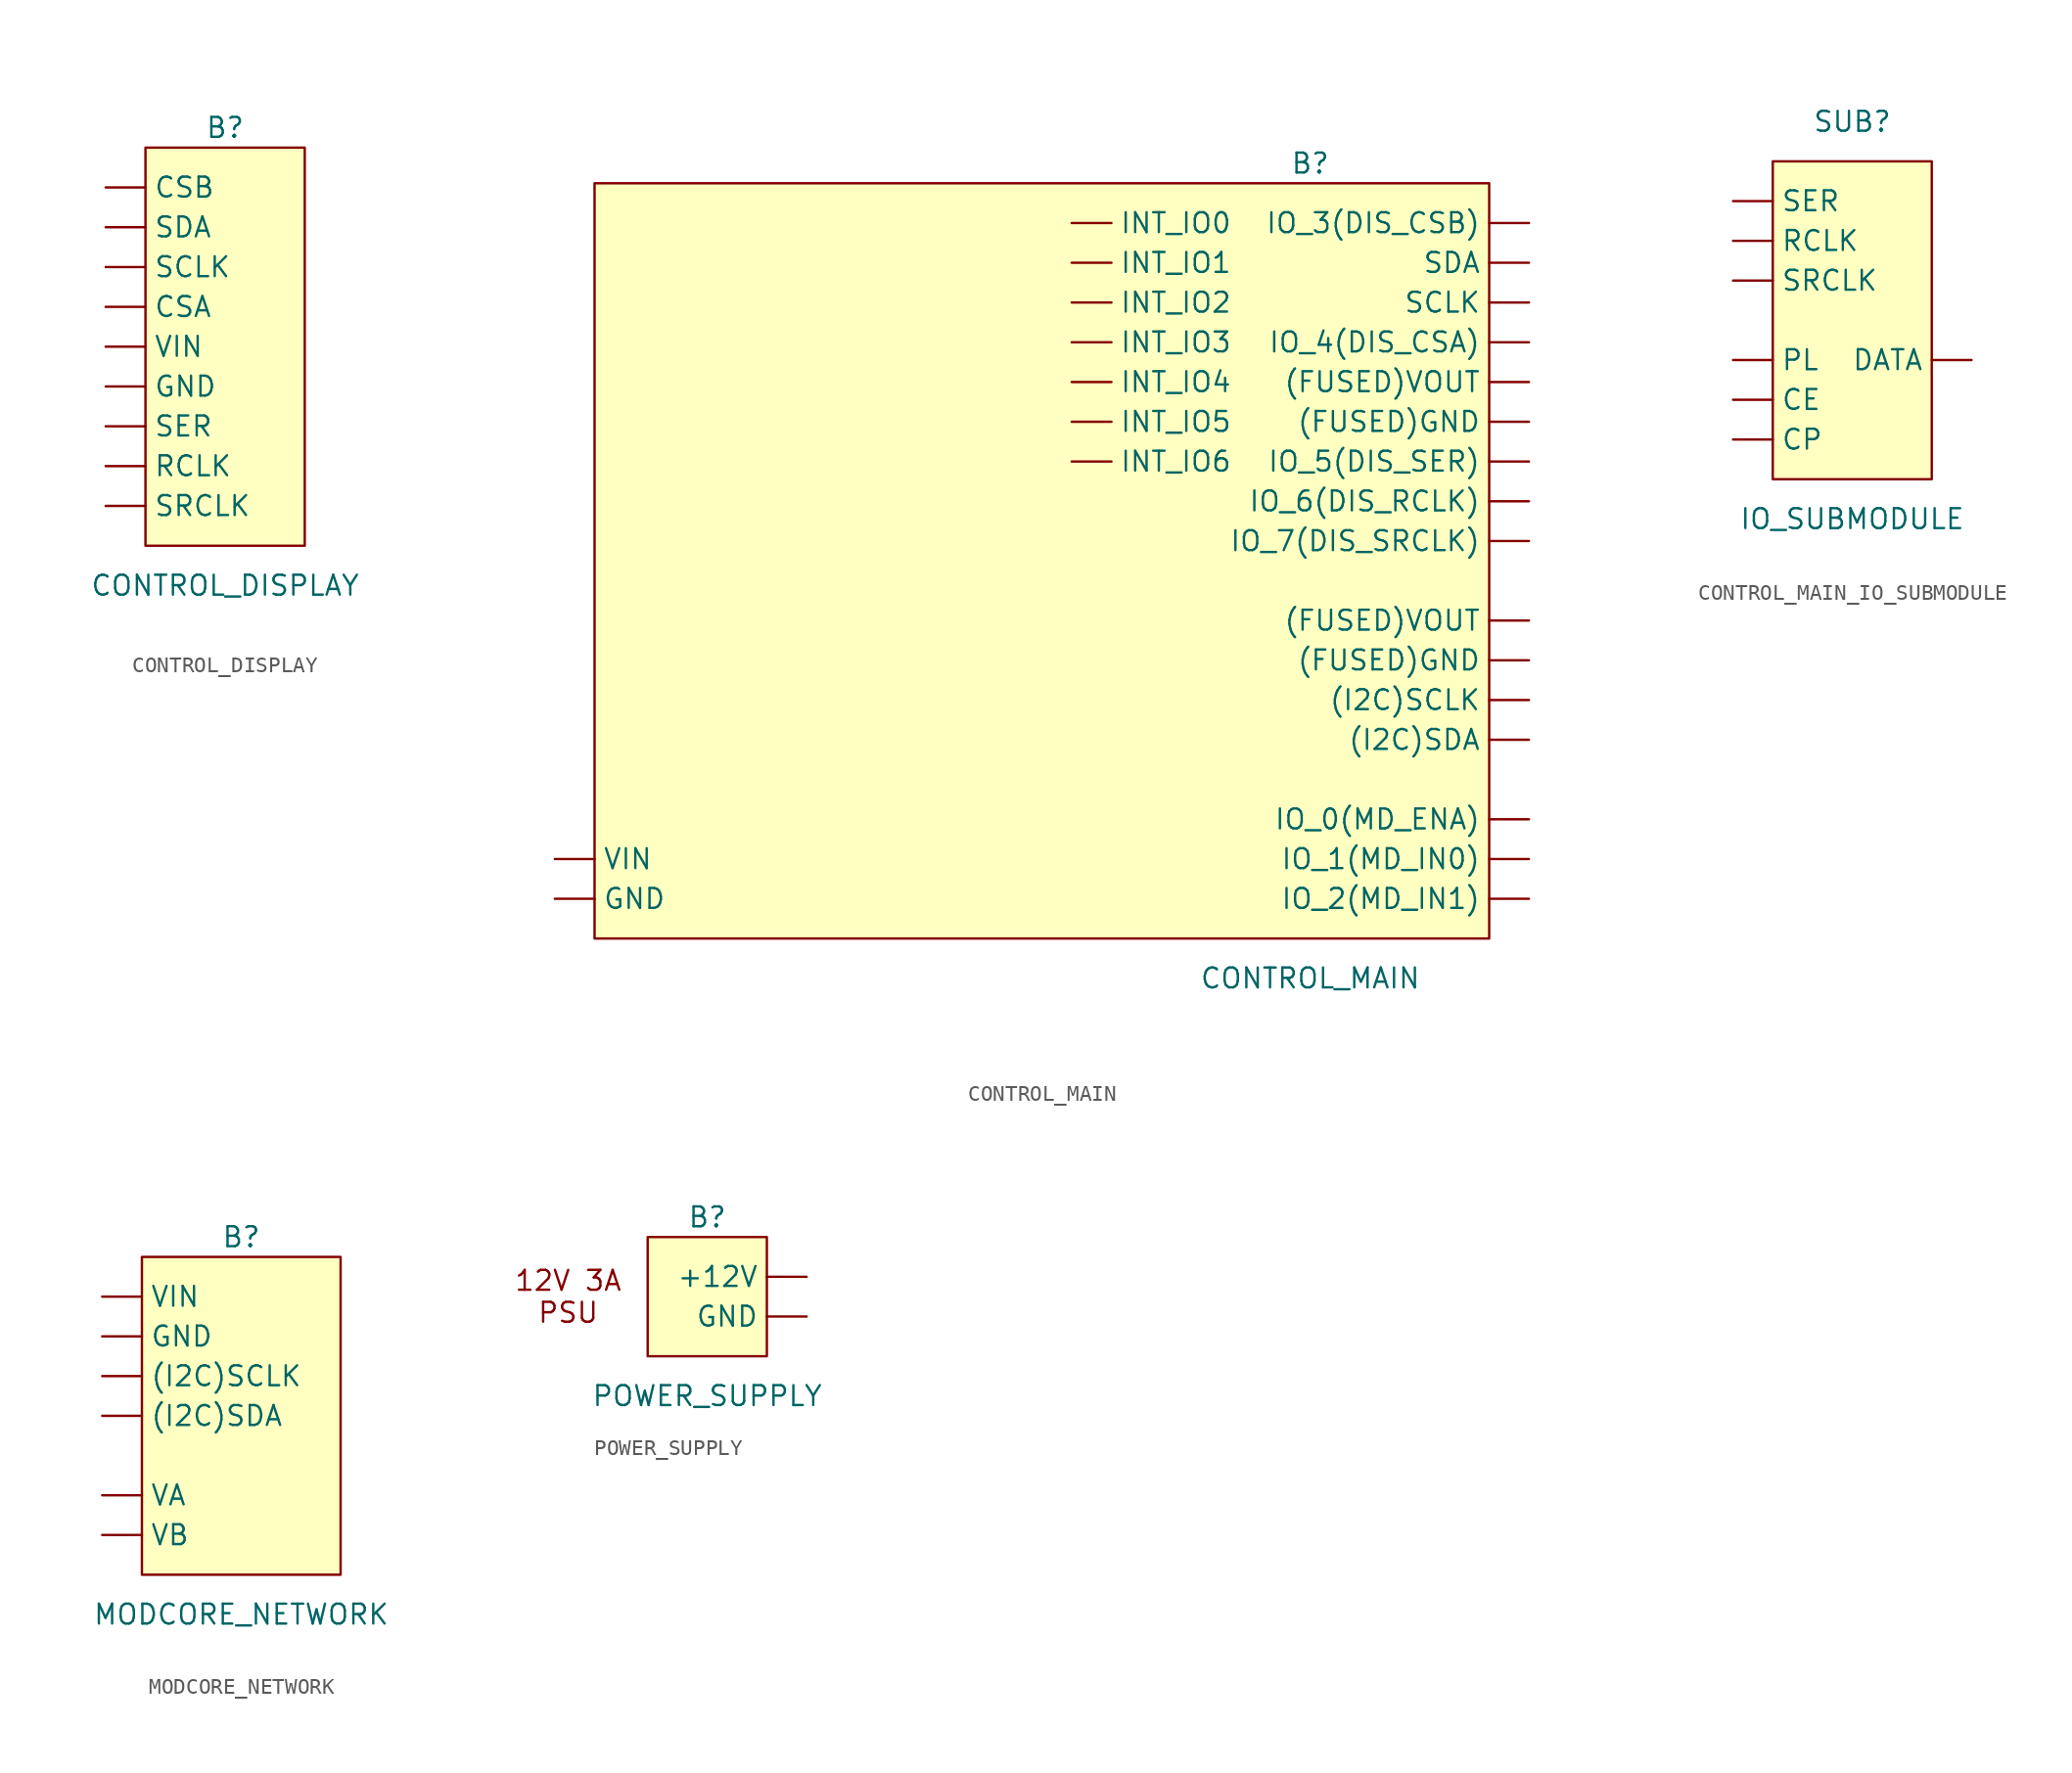
<source format=kicad_sym>
(kicad_symbol_lib
  (version 20220914)
  (generator kicad_symbol_editor)
  (symbol "CONTROL_DISPLAY"
    (property "Reference" "B"
      (at 0 0 0)
      (effects (font (size 1.27 1.27))))
    (property "Value" "CONTROL_DISPLAY"
      (at 0 -29.21 0)
      (effects (font (size 1.27 1.27))))
    (symbol "CONTROL_DISPLAY_1_1"
      (rectangle (start -5.08 -1.27) (end 5.08 -26.67) (stroke (width 0) (type default)) (fill (type background)))
      (pin input line (at -7.62 -11.43 0) (length 2.54) (name "CSA" (effects (font (size 1.27 1.27)))) (number "" (effects (font (size 1.27 1.27)))))
      (pin input line (at -7.62 -3.81 0) (length 2.54) (name "CSB" (effects (font (size 1.27 1.27)))) (number "" (effects (font (size 1.27 1.27)))))
      (pin input line (at -7.62 -16.51 0) (length 2.54) (name "GND" (effects (font (size 1.27 1.27)))) (number "" (effects (font (size 1.27 1.27)))))
      (pin input line (at -7.62 -21.59 0) (length 2.54) (name "RCLK" (effects (font (size 1.27 1.27)))) (number "" (effects (font (size 1.27 1.27)))))
      (pin input line (at -7.62 -8.89 0) (length 2.54) (name "SCLK" (effects (font (size 1.27 1.27)))) (number "" (effects (font (size 1.27 1.27)))))
      (pin input line (at -7.62 -6.35 0) (length 2.54) (name "SDA" (effects (font (size 1.27 1.27)))) (number "" (effects (font (size 1.27 1.27)))))
      (pin input line (at -7.62 -19.05 0) (length 2.54) (name "SER" (effects (font (size 1.27 1.27)))) (number "" (effects (font (size 1.27 1.27)))))
      (pin input line (at -7.62 -24.13 0) (length 2.54) (name "SRCLK" (effects (font (size 1.27 1.27)))) (number "" (effects (font (size 1.27 1.27)))))
      (pin input line (at -7.62 -13.97 0) (length 2.54) (name "VIN" (effects (font (size 1.27 1.27)))) (number "" (effects (font (size 1.27 1.27)))))))
  (symbol "CONTROL_MAIN"
    (property "Reference" "B"
      (at 0 0 0)
      (effects (font (size 1.27 1.27))))
    (property "Value" "CONTROL_MAIN"
      (at 0 -52.07 0)
      (effects (font (size 1.27 1.27))))
    (symbol "CONTROL_MAIN_1_1"
      (rectangle (start -45.72 -1.27) (end 11.43 -49.53) (stroke (width 0) (type default)) (fill (type background)))
      (pin passive line (at 13.97 -31.75 180) (length 2.54) (name "(FUSED)GND" (effects (font (size 1.27 1.27)))) (number "" (effects (font (size 1.27 1.27)))))
      (pin passive line (at 13.97 -16.51 180) (length 2.54) (name "(FUSED)GND" (effects (font (size 1.27 1.27)))) (number "" (effects (font (size 1.27 1.27)))))
      (pin output line (at 13.97 -29.21 180) (length 2.54) (name "(FUSED)VOUT" (effects (font (size 1.27 1.27)))) (number "" (effects (font (size 1.27 1.27)))))
      (pin output line (at 13.97 -13.97 180) (length 2.54) (name "(FUSED)VOUT" (effects (font (size 1.27 1.27)))) (number "" (effects (font (size 1.27 1.27)))))
      (pin output line (at 13.97 -34.29 180) (length 2.54) (name "(I2C)SCLK" (effects (font (size 1.27 1.27)))) (number "" (effects (font (size 1.27 1.27)))))
      (pin bidirectional line (at 13.97 -36.83 180) (length 2.54) (name "(I2C)SDA" (effects (font (size 1.27 1.27)))) (number "" (effects (font (size 1.27 1.27)))))
      (pin passive line (at -48.26 -46.99 0) (length 2.54) (name "GND" (effects (font (size 1.27 1.27)))) (number "" (effects (font (size 1.27 1.27)))))
      (pin output line (at -15.24 -3.81 0) (length 2.54) (name "INT_IO0" (effects (font (size 1.27 1.27)))) (number "" (effects (font (size 1.27 1.27)))))
      (pin output line (at -15.24 -6.35 0) (length 2.54) (name "INT_IO1" (effects (font (size 1.27 1.27)))) (number "" (effects (font (size 1.27 1.27)))))
      (pin output line (at -15.24 -8.89 0) (length 2.54) (name "INT_IO2" (effects (font (size 1.27 1.27)))) (number "" (effects (font (size 1.27 1.27)))))
      (pin output line (at -15.24 -11.43 0) (length 2.54) (name "INT_IO3" (effects (font (size 1.27 1.27)))) (number "" (effects (font (size 1.27 1.27)))))
      (pin output line (at -15.24 -13.97 0) (length 2.54) (name "INT_IO4" (effects (font (size 1.27 1.27)))) (number "" (effects (font (size 1.27 1.27)))))
      (pin output line (at -15.24 -16.51 0) (length 2.54) (name "INT_IO5" (effects (font (size 1.27 1.27)))) (number "" (effects (font (size 1.27 1.27)))))
      (pin input line (at -15.24 -19.05 0) (length 2.54) (name "INT_IO6" (effects (font (size 1.27 1.27)))) (number "" (effects (font (size 1.27 1.27)))))
      (pin output line (at 13.97 -41.91 180) (length 2.54) (name "IO_0(MD_ENA)" (effects (font (size 1.27 1.27)))) (number "" (effects (font (size 1.27 1.27)))))
      (pin output line (at 13.97 -44.45 180) (length 2.54) (name "IO_1(MD_IN0)" (effects (font (size 1.27 1.27)))) (number "" (effects (font (size 1.27 1.27)))))
      (pin output line (at 13.97 -46.99 180) (length 2.54) (name "IO_2(MD_IN1)" (effects (font (size 1.27 1.27)))) (number "" (effects (font (size 1.27 1.27)))))
      (pin output line (at 13.97 -3.81 180) (length 2.54) (name "IO_3(DIS_CSB)" (effects (font (size 1.27 1.27)))) (number "" (effects (font (size 1.27 1.27)))))
      (pin output line (at 13.97 -11.43 180) (length 2.54) (name "IO_4(DIS_CSA)" (effects (font (size 1.27 1.27)))) (number "" (effects (font (size 1.27 1.27)))))
      (pin output line (at 13.97 -19.05 180) (length 2.54) (name "IO_5(DIS_SER)" (effects (font (size 1.27 1.27)))) (number "" (effects (font (size 1.27 1.27)))))
      (pin output line (at 13.97 -21.59 180) (length 2.54) (name "IO_6(DIS_RCLK)" (effects (font (size 1.27 1.27)))) (number "" (effects (font (size 1.27 1.27)))))
      (pin output line (at 13.97 -24.13 180) (length 2.54) (name "IO_7(DIS_SRCLK)" (effects (font (size 1.27 1.27)))) (number "" (effects (font (size 1.27 1.27)))))
      (pin output line (at 13.97 -8.89 180) (length 2.54) (name "SCLK" (effects (font (size 1.27 1.27)))) (number "" (effects (font (size 1.27 1.27)))))
      (pin output line (at 13.97 -6.35 180) (length 2.54) (name "SDA" (effects (font (size 1.27 1.27)))) (number "" (effects (font (size 1.27 1.27)))))
      (pin input line (at -48.26 -44.45 0) (length 2.54) (name "VIN" (effects (font (size 1.27 1.27)))) (number "" (effects (font (size 1.27 1.27)))))))
  (symbol "CONTROL_MAIN_IO_SUBMODULE"
    (property "Reference" "SUB"
      (at 0 0 0)
      (effects (font (size 1.27 1.27))))
    (property "Value" "IO_SUBMODULE"
      (at 0 -25.4 0)
      (effects (font (size 1.27 1.27))))
    (symbol "CONTROL_MAIN_IO_SUBMODULE_1_1"
      (rectangle (start -5.08 -2.54) (end 5.08 -22.86) (stroke (width 0) (type default)) (fill (type background)))
      (pin input line (at -7.62 -17.78 0) (length 2.54) (name "CE" (effects (font (size 1.27 1.27)))) (number "" (effects (font (size 1.27 1.27)))))
      (pin input line (at -7.62 -20.32 0) (length 2.54) (name "CP" (effects (font (size 1.27 1.27)))) (number "" (effects (font (size 1.27 1.27)))))
      (pin output line (at 7.62 -15.24 180) (length 2.54) (name "DATA" (effects (font (size 1.27 1.27)))) (number "" (effects (font (size 1.27 1.27)))))
      (pin input line (at -7.62 -15.24 0) (length 2.54) (name "PL" (effects (font (size 1.27 1.27)))) (number "" (effects (font (size 1.27 1.27)))))
      (pin input line (at -7.62 -7.62 0) (length 2.54) (name "RCLK" (effects (font (size 1.27 1.27)))) (number "" (effects (font (size 1.27 1.27)))))
      (pin input line (at -7.62 -5.08 0) (length 2.54) (name "SER" (effects (font (size 1.27 1.27)))) (number "" (effects (font (size 1.27 1.27)))))
      (pin input line (at -7.62 -10.16 0) (length 2.54) (name "SRCLK" (effects (font (size 1.27 1.27)))) (number "" (effects (font (size 1.27 1.27)))))))
  (symbol "MODCORE_NETWORK"
    (property "Reference" "B"
      (at 0 0 0)
      (effects (font (size 1.27 1.27))))
    (property "Value" "MODCORE_NETWORK"
      (at 0 -24.13 0)
      (effects (font (size 1.27 1.27))))
    (symbol "MODCORE_NETWORK_1_1"
      (rectangle (start -6.35 -1.27) (end 6.35 -21.59) (stroke (width 0) (type default)) (fill (type background)))
      (pin input line (at -8.89 -8.89 0) (length 2.54) (name "(I2C)SCLK" (effects (font (size 1.27 1.27)))) (number "" (effects (font (size 1.27 1.27)))))
      (pin input line (at -8.89 -11.43 0) (length 2.54) (name "(I2C)SDA" (effects (font (size 1.27 1.27)))) (number "" (effects (font (size 1.27 1.27)))))
      (pin passive line (at -8.89 -6.35 0) (length 2.54) (name "GND" (effects (font (size 1.27 1.27)))) (number "" (effects (font (size 1.27 1.27)))))
      (pin input line (at -8.89 -16.51 0) (length 2.54) (name "VA" (effects (font (size 1.27 1.27)))) (number "" (effects (font (size 1.27 1.27)))))
      (pin input line (at -8.89 -19.05 0) (length 2.54) (name "VB" (effects (font (size 1.27 1.27)))) (number "" (effects (font (size 1.27 1.27)))))
      (pin input line (at -8.89 -3.81 0) (length 2.54) (name "VIN" (effects (font (size 1.27 1.27)))) (number "" (effects (font (size 1.27 1.27)))))))
  (symbol "POWER_SUPPLY"
    (property "Reference" "B"
      (at 0 0 0)
      (effects (font (size 1.27 1.27))))
    (property "Value" "POWER_SUPPLY"
      (at 0 -11.43 0)
      (effects (font (size 1.27 1.27))))
    (symbol "POWER_SUPPLY_1_1"
      (rectangle (start -3.81 -1.27) (end 3.81 -8.89) (stroke (width 0) (type default)) (fill (type background)))
      (text "12V 3A\nPSU" (at -8.89 -5.08 0) (effects (font (size 1.27 1.27))))
      (pin output line (at 6.35 -3.81 180) (length 2.54) (name "+12V" (effects (font (size 1.27 1.27)))) (number "" (effects (font (size 1.27 1.27)))))
      (pin passive line (at 6.35 -6.35 180) (length 2.54) (name "GND" (effects (font (size 1.27 1.27)))) (number "" (effects (font (size 1.27 1.27))))))))
</source>
